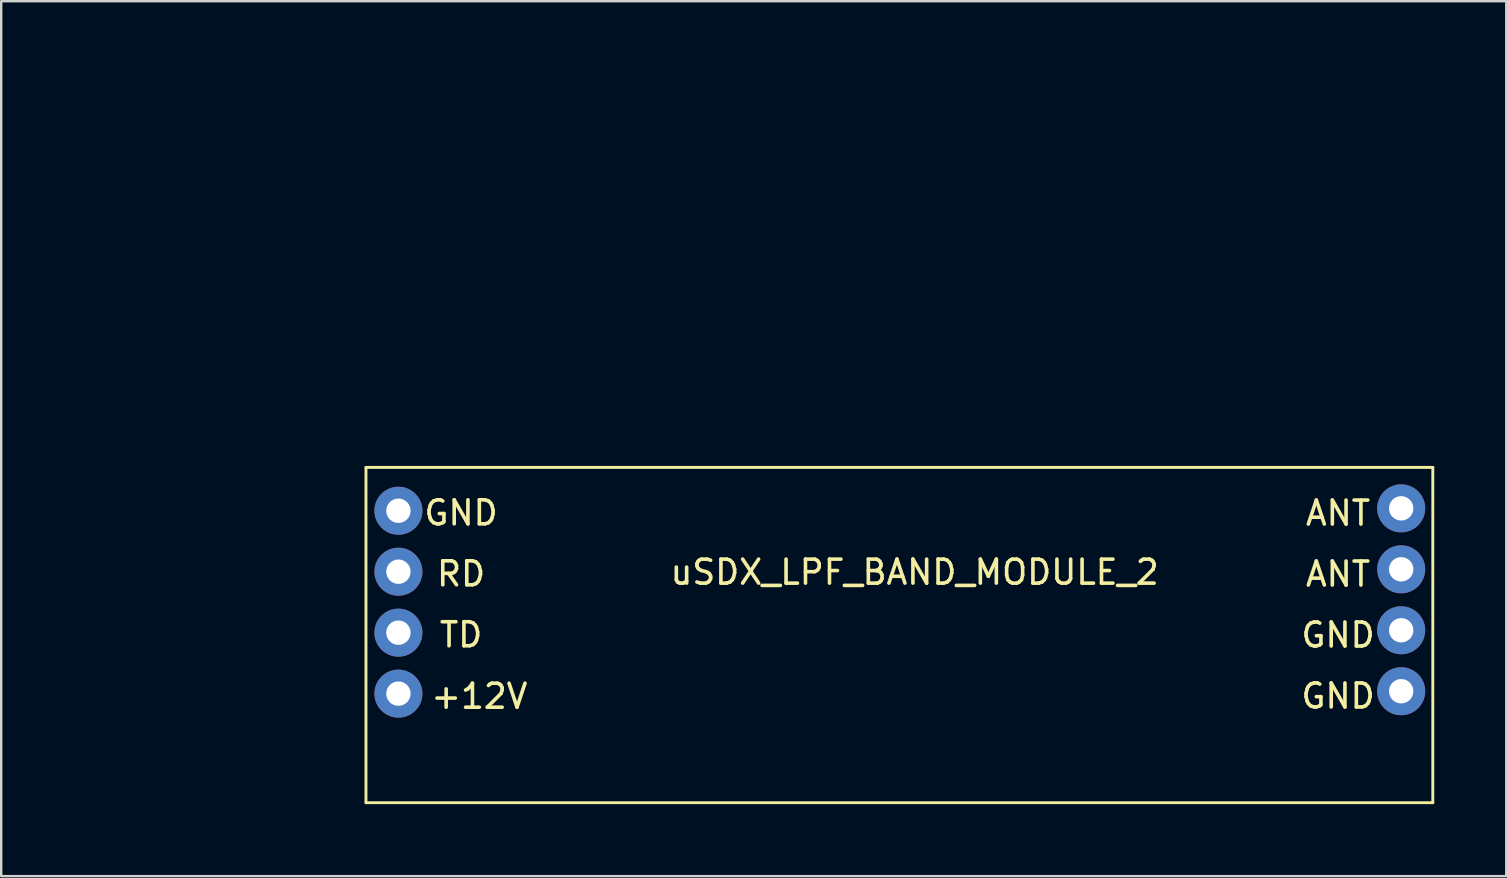
<source format=kicad_pcb>
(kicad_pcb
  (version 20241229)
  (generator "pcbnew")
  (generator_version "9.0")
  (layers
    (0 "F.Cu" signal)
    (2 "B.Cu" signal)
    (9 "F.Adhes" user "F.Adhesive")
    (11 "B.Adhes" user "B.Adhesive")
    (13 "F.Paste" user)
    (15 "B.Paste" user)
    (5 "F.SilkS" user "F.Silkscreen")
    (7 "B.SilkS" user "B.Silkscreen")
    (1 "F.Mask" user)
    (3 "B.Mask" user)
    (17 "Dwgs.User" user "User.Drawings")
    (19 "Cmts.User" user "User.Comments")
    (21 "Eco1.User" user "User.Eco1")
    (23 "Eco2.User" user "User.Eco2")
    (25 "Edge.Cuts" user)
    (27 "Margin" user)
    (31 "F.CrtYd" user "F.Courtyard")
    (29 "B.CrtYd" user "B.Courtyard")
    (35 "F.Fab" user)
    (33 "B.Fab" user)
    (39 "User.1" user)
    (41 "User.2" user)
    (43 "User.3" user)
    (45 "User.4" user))
  (footprint "uSDX_LPF_BAND_MODULE_2"
    (layer "F.Cu")
    (at 0.25 0.25)
    (property "Reference" "uSDX_LPF_BAND_MODULE_2" (at 34.808 20.54 0) (layer "F.SilkS") (effects (font (size 1 1) (thickness 0.15))))
    (attr through_hole)
    (fp_line (start 11.948 16.174) (end 11.948 30.144) (stroke (width 0.12) (type solid)) (layer "F.SilkS"))
    (fp_line (start 11.948 30.144) (end 56.398 30.144) (stroke (width 0.12) (type solid)) (layer "F.SilkS"))
    (fp_line (start 56.398 16.174) (end 11.948 16.174) (stroke (width 0.12) (type solid)) (layer "F.SilkS"))
    (fp_line (start 56.398 30.144) (end 56.398 16.174) (stroke (width 0.12) (type solid)) (layer "F.SilkS"))
    (fp_text user "GND" (at 15.91 18.07 0) (layer "F.SilkS") (effects (font (size 1 1) (thickness 0.15))))
    (fp_text user "GND" (at 52.45 25.7 0) (layer "F.SilkS") (effects (font (size 1 1) (thickness 0.15))))
    (fp_text user "TD" (at 15.91 23.15 0) (layer "F.SilkS") (effects (font (size 1 1) (thickness 0.15))))
    (fp_text user "+12V" (at 16.67 25.71 0) (layer "F.SilkS") (effects (font (size 1 1) (thickness 0.15))))
    (fp_text user "ANT" (at 52.45 20.62 0) (layer "F.SilkS") (effects (font (size 1 1) (thickness 0.15))))
    (fp_text user "GND" (at 52.45 23.16 0) (layer "F.SilkS") (effects (font (size 1 1) (thickness 0.15))))
    (fp_text user "ANT" (at 52.45 18.08 0) (layer "F.SilkS") (effects (font (size 1 1) (thickness 0.15))))
    (fp_text user "RD" (at 15.91 20.61 0) (layer "F.SilkS") (effects (font (size 1 1) (thickness 0.15))))
    (pad "1" thru_hole circle (at 13.3 25.6) (size 2 2) (drill 1.016) (layers "*.Cu" "*.Mask"))
    (pad "2" thru_hole circle (at 13.3 23.06) (size 2 2) (drill 1.016) (layers "*.Cu" "*.Mask"))
    (pad "3" thru_hole circle (at 13.3 20.52) (size 2 2) (drill 1.016) (layers "*.Cu" "*.Mask"))
    (pad "4" thru_hole circle (at 13.3 17.98) (size 2 2) (drill 1.016) (layers "*.Cu" "*.Mask"))
    (pad "5" thru_hole circle (at 55.08 25.5) (size 2 2) (drill 1.016) (layers "*.Cu" "*.Mask"))
    (pad "6" thru_hole circle (at 55.08 22.96) (size 2 2) (drill 1.016) (layers "*.Cu" "*.Mask"))
    (pad "7" thru_hole circle (at 55.08 20.42) (size 2 2) (drill 1.016) (layers "*.Cu" "*.Mask"))
    (pad "8" thru_hole circle (at 55.08 17.88) (size 2 2) (drill 1.016) (layers "*.Cu" "*.Mask")))
  (gr_rect
    (start -3 -3)
    (end 59.708 33.454)
    (stroke (width 0.1) (type default))
    (fill no)
    (layer "Edge.Cuts")))
</source>
